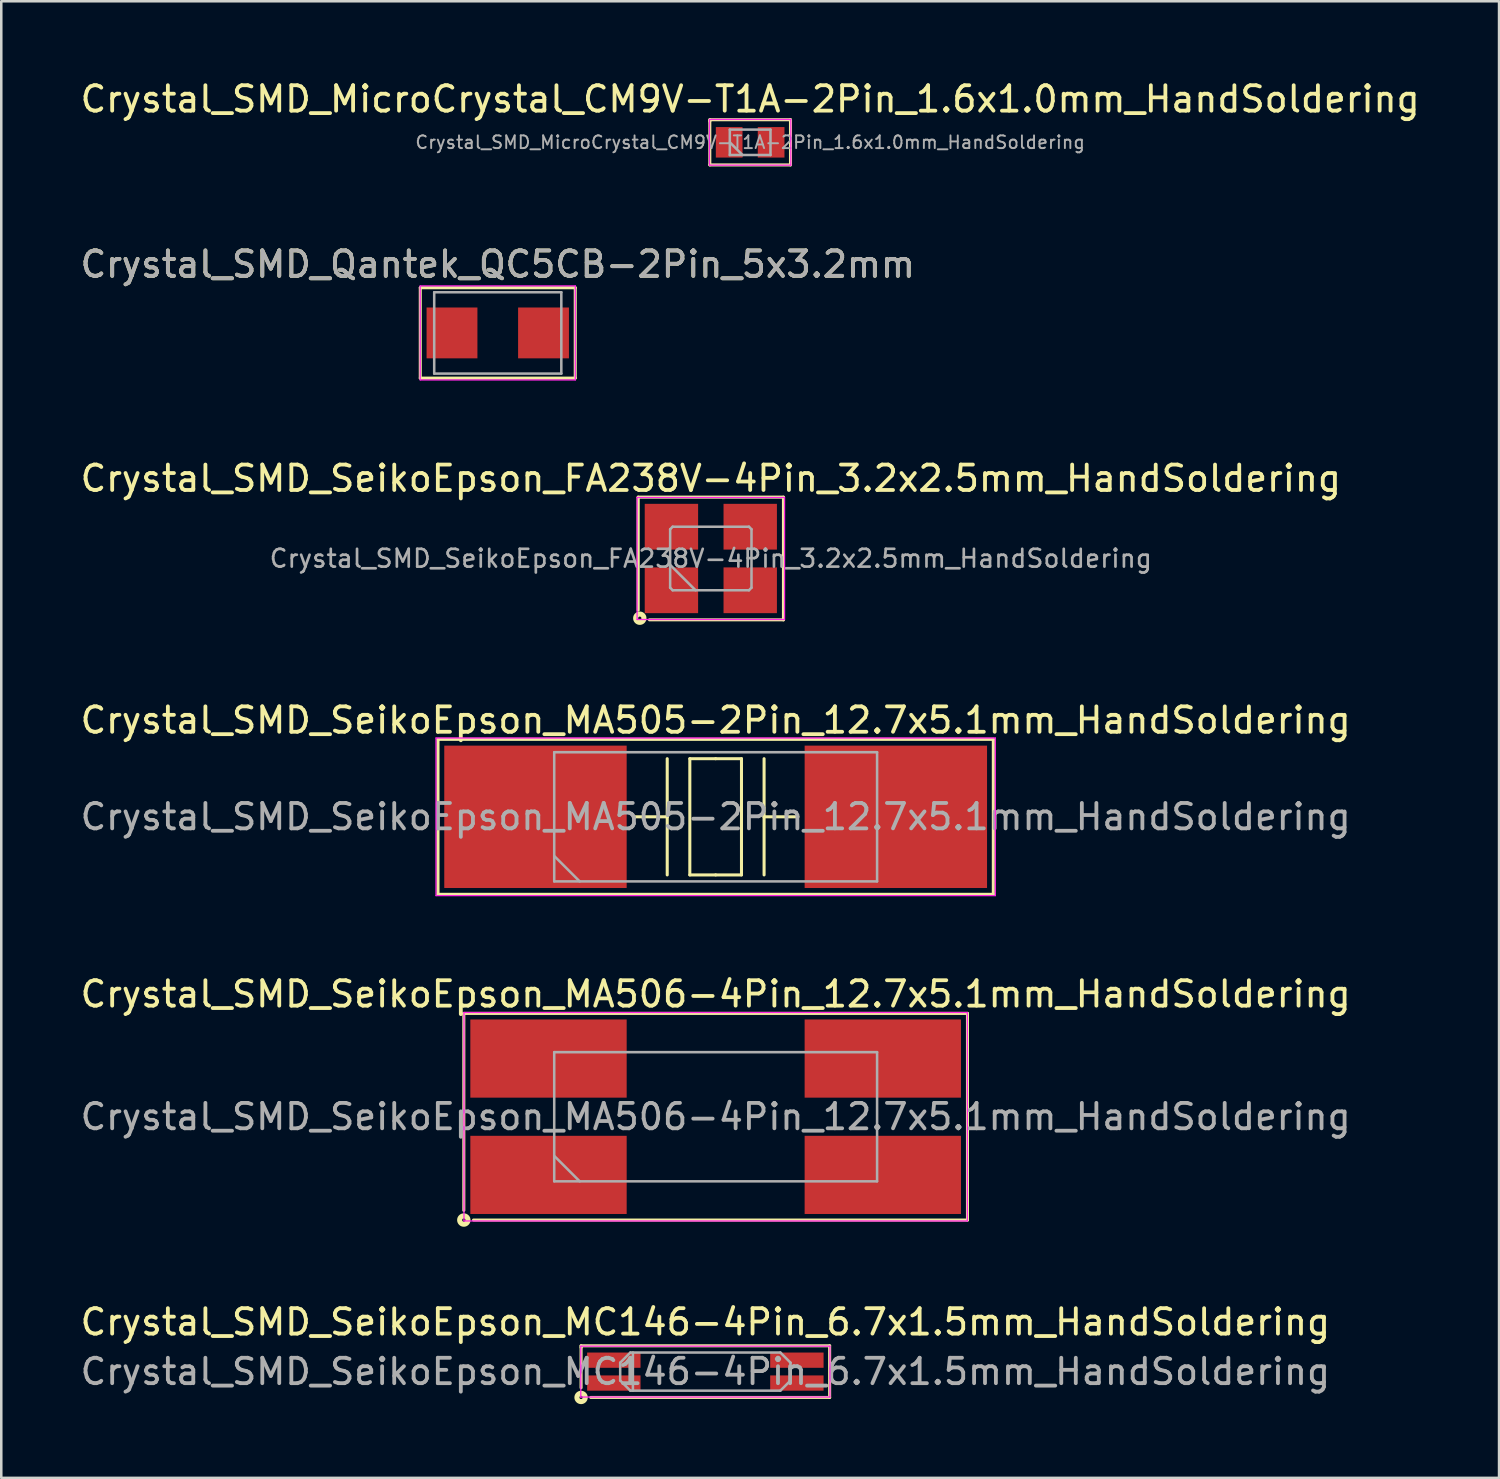
<source format=kicad_pcb>
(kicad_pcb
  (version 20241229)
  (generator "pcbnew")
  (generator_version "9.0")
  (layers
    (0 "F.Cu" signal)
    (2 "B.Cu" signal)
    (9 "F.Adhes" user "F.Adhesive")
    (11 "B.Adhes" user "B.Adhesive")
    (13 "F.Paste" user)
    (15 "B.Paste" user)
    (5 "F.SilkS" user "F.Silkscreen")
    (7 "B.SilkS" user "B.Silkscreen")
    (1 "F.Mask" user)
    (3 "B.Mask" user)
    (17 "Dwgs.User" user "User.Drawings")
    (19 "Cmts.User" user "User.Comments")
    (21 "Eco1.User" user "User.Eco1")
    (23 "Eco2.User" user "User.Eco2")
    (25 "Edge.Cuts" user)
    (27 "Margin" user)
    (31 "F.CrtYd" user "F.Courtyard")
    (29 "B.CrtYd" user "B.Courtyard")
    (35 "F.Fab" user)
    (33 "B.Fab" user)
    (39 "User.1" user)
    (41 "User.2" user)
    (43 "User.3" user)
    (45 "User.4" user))
  (footprint "Crystal_SMD_SeikoEpson_MA505-2Pin_12.7x5.1mm_HandSoldering"
    (layer "F.Cu")
    (at 25.101 29.08)
    (property "Reference" "Crystal_SMD_SeikoEpson_MA505-2Pin_12.7x5.1mm_HandSoldering" (at 0 -3.8 0) (layer "F.SilkS") (effects (font (size 1 1) (thickness 0.15))))
    (attr smd)
    (fp_line (start -10.922 -3.048) (end -10.922 3.048) (stroke (width 0.12) (type solid)) (layer "F.SilkS"))
    (fp_line (start -10.922 3.048) (end 10.922 3.048) (stroke (width 0.12) (type solid)) (layer "F.SilkS"))
    (fp_line (start -3.239 0) (end -1.905 0) (stroke (width 0.12) (type solid)) (layer "F.SilkS"))
    (fp_line (start -1.905 0) (end -1.905 -2.286) (stroke (width 0.12) (type solid)) (layer "F.SilkS"))
    (fp_line (start -1.905 0) (end -1.905 2.286) (stroke (width 0.12) (type solid)) (layer "F.SilkS"))
    (fp_line (start -1.016 -2.286) (end 0 -2.286) (stroke (width 0.12) (type solid)) (layer "F.SilkS"))
    (fp_line (start -1.016 2.286) (end -1.016 -2.286) (stroke (width 0.12) (type solid)) (layer "F.SilkS"))
    (fp_line (start -1.016 2.286) (end 0 2.286) (stroke (width 0.12) (type solid)) (layer "F.SilkS"))
    (fp_line (start 1.016 -2.286) (end 0 -2.286) (stroke (width 0.12) (type solid)) (layer "F.SilkS"))
    (fp_line (start 1.016 -2.286) (end 1.016 2.286) (stroke (width 0.12) (type solid)) (layer "F.SilkS"))
    (fp_line (start 1.016 2.286) (end 0 2.286) (stroke (width 0.12) (type solid)) (layer "F.SilkS"))
    (fp_line (start 1.905 0) (end 1.905 -2.286) (stroke (width 0.12) (type solid)) (layer "F.SilkS"))
    (fp_line (start 1.905 0) (end 1.905 2.286) (stroke (width 0.12) (type solid)) (layer "F.SilkS"))
    (fp_line (start 3.239 0) (end 1.905 0) (stroke (width 0.12) (type solid)) (layer "F.SilkS"))
    (fp_line (start 10.922 -3.048) (end -10.922 -3.048) (stroke (width 0.12) (type solid)) (layer "F.SilkS"))
    (fp_line (start 10.922 3.048) (end 10.922 -3.048) (stroke (width 0.12) (type solid)) (layer "F.SilkS"))
    (fp_line (start -11 -3.1) (end -11 3.1) (stroke (width 0.05) (type solid)) (layer "F.CrtYd"))
    (fp_line (start -11 3.1) (end 11 3.1) (stroke (width 0.05) (type solid)) (layer "F.CrtYd"))
    (fp_line (start 11 -3.1) (end -11 -3.1) (stroke (width 0.05) (type solid)) (layer "F.CrtYd"))
    (fp_line (start 11 3.1) (end 11 -3.1) (stroke (width 0.05) (type solid)) (layer "F.CrtYd"))
    (fp_line (start -6.35 -2.54) (end -6.35 2.54) (stroke (width 0.1) (type solid)) (layer "F.Fab"))
    (fp_line (start -6.35 1.54) (end -5.35 2.54) (stroke (width 0.1) (type solid)) (layer "F.Fab"))
    (fp_line (start -6.35 2.54) (end 6.35 2.54) (stroke (width 0.1) (type solid)) (layer "F.Fab"))
    (fp_line (start 6.35 -2.54) (end -6.35 -2.54) (stroke (width 0.1) (type solid)) (layer "F.Fab"))
    (fp_line (start 6.35 2.54) (end 6.35 -2.54) (stroke (width 0.1) (type solid)) (layer "F.Fab"))
    (fp_text user "${REFERENCE}" (at 0 0 0) (layer "F.Fab") (effects (font (size 1 1) (thickness 0.15))))
    (pad "1" smd rect (at -7.088 0) (size 7.175 5.6) (layers "F.Cu" "F.Mask" "F.Paste"))
    (pad "2" smd rect (at 7.088 0) (size 7.175 5.6) (layers "F.Cu" "F.Mask" "F.Paste")))
  (footprint "Crystal_SMD_Qantek_QC5CB-2Pin_5x3.2mm"
    (layer "F.Cu")
    (at 16.53 10.046)
    (property "Reference" "Crystal_SMD_Qantek_QC5CB-2Pin_5x3.2mm" (at 0 -2.7 0) (layer "F.SilkS") (effects (font (size 1 1) (thickness 0.15))))
    (attr smd)
    (fp_line (start -3.048 -1.778) (end -3.048 1.778) (stroke (width 0.12) (type solid)) (layer "F.SilkS"))
    (fp_line (start -3.048 1.778) (end 3.048 1.778) (stroke (width 0.12) (type solid)) (layer "F.SilkS"))
    (fp_line (start 3.048 -1.778) (end -3.048 -1.778) (stroke (width 0.12) (type solid)) (layer "F.SilkS"))
    (fp_line (start 3.048 1.778) (end 3.048 -1.778) (stroke (width 0.12) (type solid)) (layer "F.SilkS"))
    (fp_line (start -3.05 -1.85) (end -3.05 1.85) (stroke (width 0.05) (type solid)) (layer "F.CrtYd"))
    (fp_line (start -3.05 -1.85) (end 3.05 -1.85) (stroke (width 0.05) (type solid)) (layer "F.CrtYd"))
    (fp_line (start -3.05 1.85) (end 3.05 1.85) (stroke (width 0.05) (type solid)) (layer "F.CrtYd"))
    (fp_line (start 3.05 -1.85) (end 3.05 1.85) (stroke (width 0.05) (type solid)) (layer "F.CrtYd"))
    (fp_line (start -2.5 -1.6) (end -2.5 1.6) (stroke (width 0.1) (type solid)) (layer "F.Fab"))
    (fp_line (start -2.5 -1.6) (end 2.5 -1.6) (stroke (width 0.1) (type solid)) (layer "F.Fab"))
    (fp_line (start -2.5 1.6) (end 2.5 1.6) (stroke (width 0.1) (type solid)) (layer "F.Fab"))
    (fp_line (start 2.5 -1.6) (end 2.5 1.6) (stroke (width 0.1) (type solid)) (layer "F.Fab"))
    (fp_text user "${REFERENCE}" (at 0 -2.7 0) (layer "F.Fab") (effects (font (size 1 1) (thickness 0.15))))
    (pad "1" smd rect (at -1.8 0) (size 2 2) (layers "F.Cu" "F.Mask" "F.Paste"))
    (pad "2" smd rect (at 1.8 0) (size 2 2) (layers "F.Cu" "F.Mask" "F.Paste")))
  (footprint "Crystal_SMD_SeikoEpson_MA506-4Pin_12.7x5.1mm_HandSoldering"
    (layer "F.Cu")
    (at 25.101 40.878)
    (property "Reference" "Crystal_SMD_SeikoEpson_MA506-4Pin_12.7x5.1mm_HandSoldering" (at 0 -4.825 0) (layer "F.SilkS") (effects (font (size 1 1) (thickness 0.15))))
    (attr smd)
    (fp_line (start -9.906 -4.064) (end 9.906 -4.064) (stroke (width 0.12) (type solid)) (layer "F.SilkS"))
    (fp_line (start -9.906 3.683) (end -9.906 -4.064) (stroke (width 0.12) (type solid)) (layer "F.SilkS"))
    (fp_line (start 9.906 -4.064) (end 9.906 4.064) (stroke (width 0.12) (type solid)) (layer "F.SilkS"))
    (fp_line (start 9.906 4.064) (end -9.525 4.064) (stroke (width 0.12) (type solid)) (layer "F.SilkS"))
    (fp_circle (center -9.906 4.064) (end -9.842 4.064) (stroke (width 0.2) (type solid)) (fill no) (layer "F.SilkS"))
    (fp_line (start -9.9 -4.1) (end -9.9 4.1) (stroke (width 0.05) (type solid)) (layer "F.CrtYd"))
    (fp_line (start -9.9 4.1) (end 9.9 4.1) (stroke (width 0.05) (type solid)) (layer "F.CrtYd"))
    (fp_line (start 9.9 -4.1) (end -9.9 -4.1) (stroke (width 0.05) (type solid)) (layer "F.CrtYd"))
    (fp_line (start 9.9 4.1) (end 9.9 -4.1) (stroke (width 0.05) (type solid)) (layer "F.CrtYd"))
    (fp_line (start -6.35 -2.54) (end -6.35 2.54) (stroke (width 0.1) (type solid)) (layer "F.Fab"))
    (fp_line (start -6.35 1.54) (end -5.35 2.54) (stroke (width 0.1) (type solid)) (layer "F.Fab"))
    (fp_line (start -6.35 2.54) (end 6.35 2.54) (stroke (width 0.1) (type solid)) (layer "F.Fab"))
    (fp_line (start 6.35 -2.54) (end -6.35 -2.54) (stroke (width 0.1) (type solid)) (layer "F.Fab"))
    (fp_line (start 6.35 2.54) (end 6.35 -2.54) (stroke (width 0.1) (type solid)) (layer "F.Fab"))
    (fp_text user "${REFERENCE}" (at 0 0 0) (layer "F.Fab") (effects (font (size 1 1) (thickness 0.15))))
    (pad "1" smd rect (at -6.575 2.288) (size 6.15 3.075) (layers "F.Cu" "F.Mask" "F.Paste"))
    (pad "2" smd rect (at 6.575 2.288) (size 6.15 3.075) (layers "F.Cu" "F.Mask" "F.Paste"))
    (pad "3" smd rect (at 6.575 -2.288) (size 6.15 3.075) (layers "F.Cu" "F.Mask" "F.Paste"))
    (pad "4" smd rect (at -6.575 -2.288) (size 6.15 3.075) (layers "F.Cu" "F.Mask" "F.Paste")))
  (footprint "Crystal_SMD_SeikoEpson_MC146-4Pin_6.7x1.5mm_HandSoldering"
    (layer "F.Cu")
    (at 24.696 50.904)
    (property "Reference" "Crystal_SMD_SeikoEpson_MC146-4Pin_6.7x1.5mm_HandSoldering" (at 0 -1.95 0) (layer "F.SilkS") (effects (font (size 1 1) (thickness 0.15))))
    (attr smd)
    (fp_line (start -4.889 -1.016) (end 4.889 -1.016) (stroke (width 0.12) (type solid)) (layer "F.SilkS"))
    (fp_line (start -4.889 -0.953) (end -4.889 -1.016) (stroke (width 0.12) (type solid)) (layer "F.SilkS"))
    (fp_line (start -4.889 0.635) (end -4.889 -0.953) (stroke (width 0.12) (type solid)) (layer "F.SilkS"))
    (fp_line (start 4.889 -1.016) (end 4.889 1.016) (stroke (width 0.12) (type solid)) (layer "F.SilkS"))
    (fp_line (start 4.889 1.016) (end -4.508 1.016) (stroke (width 0.12) (type solid)) (layer "F.SilkS"))
    (fp_circle (center -4.889 1.016) (end -4.826 1.016) (stroke (width 0.2) (type solid)) (fill no) (layer "F.SilkS"))
    (fp_line (start -4.9 -1) (end -4.9 1) (stroke (width 0.05) (type solid)) (layer "F.CrtYd"))
    (fp_line (start -4.9 1) (end 4.9 1) (stroke (width 0.05) (type solid)) (layer "F.CrtYd"))
    (fp_line (start 4.9 -1) (end -4.9 -1) (stroke (width 0.05) (type solid)) (layer "F.CrtYd"))
    (fp_line (start 4.9 1) (end 4.9 -1) (stroke (width 0.05) (type solid)) (layer "F.CrtYd"))
    (fp_line (start -3.35 -0.35) (end -2.95 -0.75) (stroke (width 0.1) (type solid)) (layer "F.Fab"))
    (fp_line (start -3.35 0.35) (end -3.35 -0.35) (stroke (width 0.1) (type solid)) (layer "F.Fab"))
    (fp_line (start -2.95 -0.75) (end 2.95 -0.75) (stroke (width 0.1) (type solid)) (layer "F.Fab"))
    (fp_line (start -2.95 0.75) (end -3.35 0.35) (stroke (width 0.1) (type solid)) (layer "F.Fab"))
    (fp_line (start -2.85 -0.75) (end -2.85 0.75) (stroke (width 0.1) (type solid)) (layer "F.Fab"))
    (fp_line (start 2.95 -0.75) (end 3.35 -0.35) (stroke (width 0.1) (type solid)) (layer "F.Fab"))
    (fp_line (start 2.95 0.75) (end -2.95 0.75) (stroke (width 0.1) (type solid)) (layer "F.Fab"))
    (fp_line (start 3.35 -0.35) (end 3.35 0.35) (stroke (width 0.1) (type solid)) (layer "F.Fab"))
    (fp_line (start 3.35 0.35) (end 2.95 0.75) (stroke (width 0.1) (type solid)) (layer "F.Fab"))
    (fp_text user "${REFERENCE}" (at 0 0 0) (layer "F.Fab") (effects (font (size 1 1) (thickness 0.15))))
    (pad "1" smd rect (at -3.6 0.45) (size 2.1 0.6) (layers "F.Cu" "F.Mask" "F.Paste"))
    (pad "2" smd rect (at 3.6 0.45) (size 2.1 0.6) (layers "F.Cu" "F.Mask" "F.Paste"))
    (pad "3" smd rect (at 3.6 -0.45) (size 2.1 0.6) (layers "F.Cu" "F.Mask" "F.Paste"))
    (pad "4" smd rect (at -3.6 -0.45) (size 2.1 0.6) (layers "F.Cu" "F.Mask" "F.Paste")))
  (footprint "Crystal_SMD_SeikoEpson_FA238V-4Pin_3.2x2.5mm_HandSoldering"
    (layer "F.Cu")
    (at 24.911 18.919)
    (property "Reference" "Crystal_SMD_SeikoEpson_FA238V-4Pin_3.2x2.5mm_HandSoldering" (at 0 -3.15 0) (layer "F.SilkS") (effects (font (size 1 1) (thickness 0.15))))
    (attr smd)
    (fp_line (start -2.857 -2.413) (end -2.857 2.032) (stroke (width 0.12) (type solid)) (layer "F.SilkS"))
    (fp_line (start -2.413 2.413) (end 2.857 2.413) (stroke (width 0.12) (type solid)) (layer "F.SilkS"))
    (fp_line (start 2.857 -2.413) (end -2.857 -2.413) (stroke (width 0.12) (type solid)) (layer "F.SilkS"))
    (fp_line (start 2.857 2.413) (end 2.857 -2.413) (stroke (width 0.12) (type solid)) (layer "F.SilkS"))
    (fp_circle (center -2.794 2.349) (end -2.731 2.349) (stroke (width 0.2) (type solid)) (fill no) (layer "F.SilkS"))
    (fp_line (start -2.9 -2.4) (end -2.9 2.4) (stroke (width 0.05) (type solid)) (layer "F.CrtYd"))
    (fp_line (start -2.9 2.4) (end 2.9 2.4) (stroke (width 0.05) (type solid)) (layer "F.CrtYd"))
    (fp_line (start 2.9 -2.4) (end -2.9 -2.4) (stroke (width 0.05) (type solid)) (layer "F.CrtYd"))
    (fp_line (start 2.9 2.4) (end 2.9 -2.4) (stroke (width 0.05) (type solid)) (layer "F.CrtYd"))
    (fp_line (start -1.6 -1.15) (end -1.5 -1.25) (stroke (width 0.1) (type solid)) (layer "F.Fab"))
    (fp_line (start -1.6 0.25) (end -0.6 1.25) (stroke (width 0.1) (type solid)) (layer "F.Fab"))
    (fp_line (start -1.6 1.15) (end -1.6 -1.15) (stroke (width 0.1) (type solid)) (layer "F.Fab"))
    (fp_line (start -1.5 -1.25) (end 1.5 -1.25) (stroke (width 0.1) (type solid)) (layer "F.Fab"))
    (fp_line (start -1.5 1.25) (end -1.6 1.15) (stroke (width 0.1) (type solid)) (layer "F.Fab"))
    (fp_line (start 1.5 -1.25) (end 1.6 -1.15) (stroke (width 0.1) (type solid)) (layer "F.Fab"))
    (fp_line (start 1.5 1.25) (end -1.5 1.25) (stroke (width 0.1) (type solid)) (layer "F.Fab"))
    (fp_line (start 1.6 -1.15) (end 1.6 1.15) (stroke (width 0.1) (type solid)) (layer "F.Fab"))
    (fp_line (start 1.6 1.15) (end 1.5 1.25) (stroke (width 0.1) (type solid)) (layer "F.Fab"))
    (fp_text user "${REFERENCE}" (at 0 0 0) (layer "F.Fab") (effects (font (size 0.7 0.7) (thickness 0.105))))
    (pad "1" smd rect (at -1.55 1.25) (size 2.1 1.8) (layers "F.Cu" "F.Mask" "F.Paste"))
    (pad "2" smd rect (at 1.55 1.25) (size 2.1 1.8) (layers "F.Cu" "F.Mask" "F.Paste"))
    (pad "3" smd rect (at 1.55 -1.25) (size 2.1 1.8) (layers "F.Cu" "F.Mask" "F.Paste"))
    (pad "4" smd rect (at -1.55 -1.25) (size 2.1 1.8) (layers "F.Cu" "F.Mask" "F.Paste")))
  (footprint "Crystal_SMD_MicroCrystal_CM9V-T1A-2Pin_1.6x1.0mm_HandSoldering"
    (layer "F.Cu")
    (at 26.458 2.548)
    (property "Reference" "Crystal_SMD_MicroCrystal_CM9V-T1A-2Pin_1.6x1.0mm_HandSoldering" (at 0 -1.7 0) (layer "F.SilkS") (effects (font (size 1 1) (thickness 0.15))))
    (attr smd)
    (fp_line (start -1.587 -0.889) (end -1.587 -0.826) (stroke (width 0.12) (type solid)) (layer "F.SilkS"))
    (fp_line (start -1.587 -0.826) (end -1.587 0.889) (stroke (width 0.12) (type solid)) (layer "F.SilkS"))
    (fp_line (start -1.587 0.889) (end 1.587 0.889) (stroke (width 0.12) (type solid)) (layer "F.SilkS"))
    (fp_line (start 1.587 -0.889) (end -1.587 -0.889) (stroke (width 0.12) (type solid)) (layer "F.SilkS"))
    (fp_line (start 1.587 0.889) (end 1.587 -0.889) (stroke (width 0.12) (type solid)) (layer "F.SilkS"))
    (fp_line (start -1.6 -0.9) (end -1.6 0.9) (stroke (width 0.05) (type solid)) (layer "F.CrtYd"))
    (fp_line (start -1.6 0.9) (end 1.6 0.9) (stroke (width 0.05) (type solid)) (layer "F.CrtYd"))
    (fp_line (start 1.6 -0.9) (end -1.6 -0.9) (stroke (width 0.05) (type solid)) (layer "F.CrtYd"))
    (fp_line (start 1.6 0.9) (end 1.6 -0.9) (stroke (width 0.05) (type solid)) (layer "F.CrtYd"))
    (fp_line (start -0.8 -0.5) (end -0.8 0.5) (stroke (width 0.1) (type solid)) (layer "F.Fab"))
    (fp_line (start -0.8 0) (end -0.3 0.5) (stroke (width 0.1) (type solid)) (layer "F.Fab"))
    (fp_line (start -0.8 0.5) (end 0.8 0.5) (stroke (width 0.1) (type solid)) (layer "F.Fab"))
    (fp_line (start 0.8 -0.5) (end -0.8 -0.5) (stroke (width 0.1) (type solid)) (layer "F.Fab"))
    (fp_line (start 0.8 0.5) (end 0.8 -0.5) (stroke (width 0.1) (type solid)) (layer "F.Fab"))
    (fp_text user "${REFERENCE}" (at 0 0 0) (layer "F.Fab") (effects (font (size 0.5 0.5) (thickness 0.075))))
    (pad "1" smd rect (at -0.825 0) (size 1.05 1.2) (layers "F.Cu" "F.Mask" "F.Paste"))
    (pad "2" smd rect (at 0.825 0) (size 1.05 1.2) (layers "F.Cu" "F.Mask" "F.Paste")))
  (gr_rect
    (start -3 -3)
    (end 55.917 55.084)
    (stroke (width 0.1) (type default))
    (fill no)
    (layer "Edge.Cuts")))
</source>
